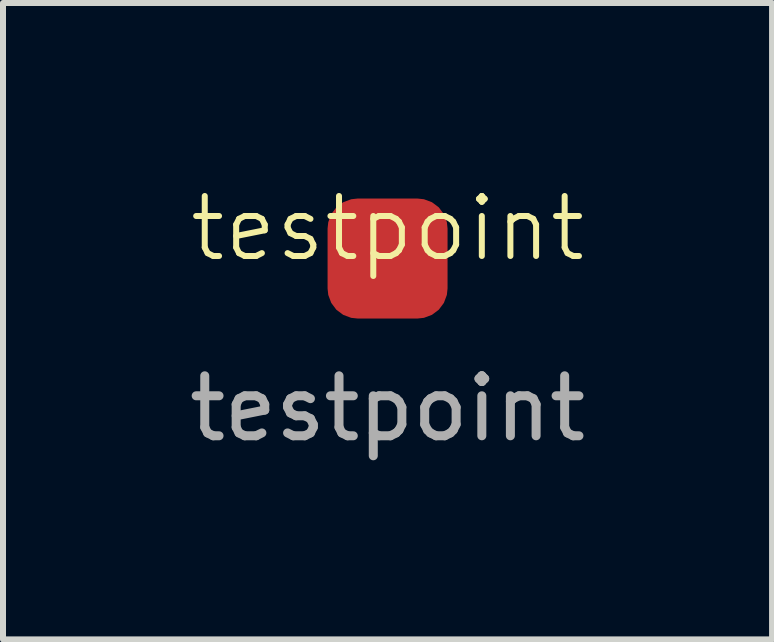
<source format=kicad_pcb>
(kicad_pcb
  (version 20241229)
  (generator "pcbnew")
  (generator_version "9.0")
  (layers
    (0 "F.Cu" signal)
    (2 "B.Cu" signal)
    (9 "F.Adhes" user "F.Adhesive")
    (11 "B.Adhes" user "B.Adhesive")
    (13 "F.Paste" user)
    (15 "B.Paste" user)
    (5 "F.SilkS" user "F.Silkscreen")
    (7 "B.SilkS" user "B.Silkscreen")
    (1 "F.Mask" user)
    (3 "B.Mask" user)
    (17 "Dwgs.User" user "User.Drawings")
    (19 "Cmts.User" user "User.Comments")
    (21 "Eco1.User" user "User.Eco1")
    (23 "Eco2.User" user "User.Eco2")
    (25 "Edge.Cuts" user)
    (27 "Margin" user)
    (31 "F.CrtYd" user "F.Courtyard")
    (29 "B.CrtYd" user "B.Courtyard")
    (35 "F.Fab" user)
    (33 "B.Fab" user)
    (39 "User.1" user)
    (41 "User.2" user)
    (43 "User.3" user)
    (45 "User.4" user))
  (footprint "testpoint"
    (layer "F.Cu")
    (at 3.411 1.26)
    (property "Reference" "testpoint" (at 0 -0.5 0) (unlocked yes) (layer "F.SilkS") (effects (font (size 1 1) (thickness 0.1))))
    (attr smd)
    (fp_text user "${REFERENCE}" (at 0 2.5 0) (unlocked yes) (layer "F.Fab") (effects (font (size 1 1) (thickness 0.15))))
    (pad "1" smd roundrect (at 0 0) (size 2 2) (layers "F.Cu" "F.Mask" "F.Paste") (roundrect_rratio 0.25)))
  (gr_rect
    (start -3 -3)
    (end 9.821 7.609)
    (stroke (width 0.1) (type default))
    (fill no)
    (layer "Edge.Cuts")))
</source>
